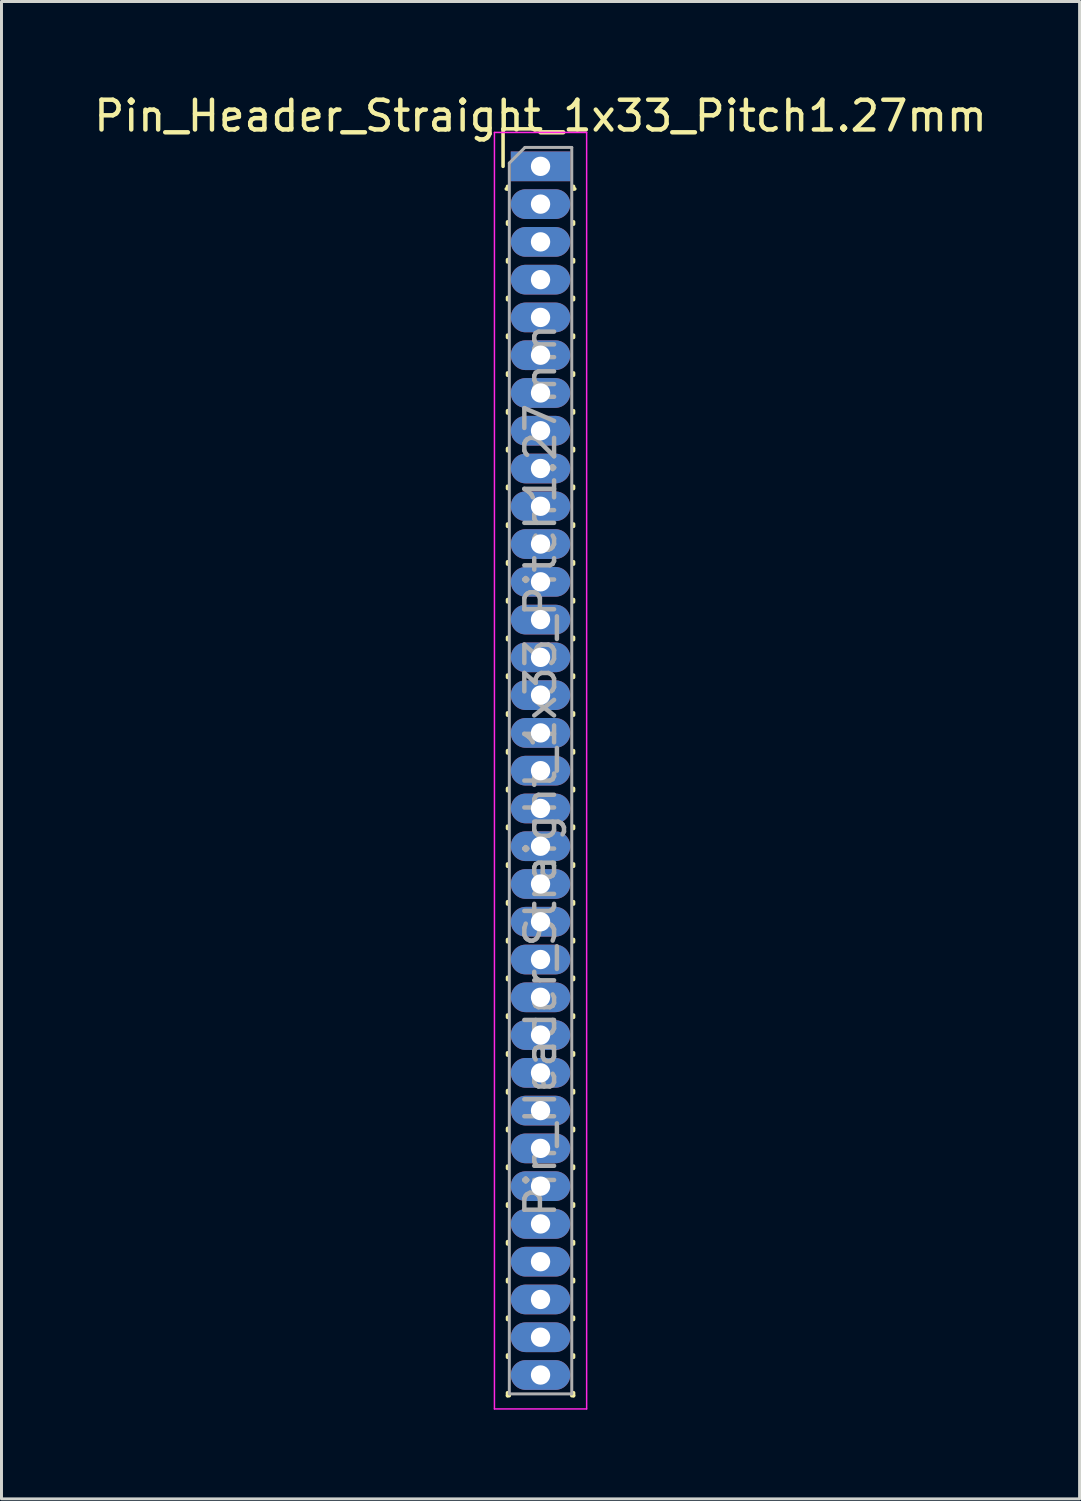
<source format=kicad_pcb>
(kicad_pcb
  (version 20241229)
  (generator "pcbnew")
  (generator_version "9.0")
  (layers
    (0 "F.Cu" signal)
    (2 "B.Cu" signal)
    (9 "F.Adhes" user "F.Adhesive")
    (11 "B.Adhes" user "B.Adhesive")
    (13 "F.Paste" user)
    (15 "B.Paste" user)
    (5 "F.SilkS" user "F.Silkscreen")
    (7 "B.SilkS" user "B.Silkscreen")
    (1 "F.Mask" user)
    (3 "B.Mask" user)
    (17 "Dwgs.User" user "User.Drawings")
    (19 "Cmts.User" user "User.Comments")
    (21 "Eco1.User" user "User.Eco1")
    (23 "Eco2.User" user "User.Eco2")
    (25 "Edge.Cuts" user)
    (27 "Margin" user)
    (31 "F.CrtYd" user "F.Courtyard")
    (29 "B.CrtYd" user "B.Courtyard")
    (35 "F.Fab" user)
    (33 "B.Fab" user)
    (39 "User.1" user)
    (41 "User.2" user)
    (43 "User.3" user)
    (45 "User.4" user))
  (footprint "Pin_Header_Straight_1x33_Pitch1.27mm"
    (layer "F.Cu")
    (at 15.125 2.543)
    (property "Reference" "Pin_Header_Straight_1x33_Pitch1.27mm" (at 0 -1.695 0) (layer "F.SilkS") (effects (font (size 1 1) (thickness 0.15))))
    (attr through_hole)
    (fp_line (start -1.26 -1.26) (end 0 -1.26) (stroke (width 0.12) (type solid)) (layer "F.SilkS"))
    (fp_line (start -1.26 0) (end -1.26 -1.26) (stroke (width 0.12) (type solid)) (layer "F.SilkS"))
    (fp_line (start -1.11 0.76) (end -1.152 0.76) (stroke (width 0.12) (type solid)) (layer "F.SilkS"))
    (fp_line (start -1.11 0.76) (end -1.11 0.674) (stroke (width 0.12) (type solid)) (layer "F.SilkS"))
    (fp_line (start -1.11 1.866) (end -1.11 1.944) (stroke (width 0.12) (type solid)) (layer "F.SilkS"))
    (fp_line (start -1.11 3.136) (end -1.11 3.214) (stroke (width 0.12) (type solid)) (layer "F.SilkS"))
    (fp_line (start -1.11 4.406) (end -1.11 4.484) (stroke (width 0.12) (type solid)) (layer "F.SilkS"))
    (fp_line (start -1.11 5.676) (end -1.11 5.754) (stroke (width 0.12) (type solid)) (layer "F.SilkS"))
    (fp_line (start -1.11 6.946) (end -1.11 7.024) (stroke (width 0.12) (type solid)) (layer "F.SilkS"))
    (fp_line (start -1.11 8.216) (end -1.11 8.294) (stroke (width 0.12) (type solid)) (layer "F.SilkS"))
    (fp_line (start -1.11 9.486) (end -1.11 9.564) (stroke (width 0.12) (type solid)) (layer "F.SilkS"))
    (fp_line (start -1.11 10.756) (end -1.11 10.834) (stroke (width 0.12) (type solid)) (layer "F.SilkS"))
    (fp_line (start -1.11 12.026) (end -1.11 12.104) (stroke (width 0.12) (type solid)) (layer "F.SilkS"))
    (fp_line (start -1.11 13.296) (end -1.11 13.374) (stroke (width 0.12) (type solid)) (layer "F.SilkS"))
    (fp_line (start -1.11 14.566) (end -1.11 14.644) (stroke (width 0.12) (type solid)) (layer "F.SilkS"))
    (fp_line (start -1.11 15.836) (end -1.11 15.914) (stroke (width 0.12) (type solid)) (layer "F.SilkS"))
    (fp_line (start -1.11 17.106) (end -1.11 17.184) (stroke (width 0.12) (type solid)) (layer "F.SilkS"))
    (fp_line (start -1.11 18.376) (end -1.11 18.454) (stroke (width 0.12) (type solid)) (layer "F.SilkS"))
    (fp_line (start -1.11 19.646) (end -1.11 19.724) (stroke (width 0.12) (type solid)) (layer "F.SilkS"))
    (fp_line (start -1.11 20.916) (end -1.11 20.994) (stroke (width 0.12) (type solid)) (layer "F.SilkS"))
    (fp_line (start -1.11 22.186) (end -1.11 22.264) (stroke (width 0.12) (type solid)) (layer "F.SilkS"))
    (fp_line (start -1.11 23.456) (end -1.11 23.534) (stroke (width 0.12) (type solid)) (layer "F.SilkS"))
    (fp_line (start -1.11 24.726) (end -1.11 24.804) (stroke (width 0.12) (type solid)) (layer "F.SilkS"))
    (fp_line (start -1.11 25.996) (end -1.11 26.074) (stroke (width 0.12) (type solid)) (layer "F.SilkS"))
    (fp_line (start -1.11 27.266) (end -1.11 27.344) (stroke (width 0.12) (type solid)) (layer "F.SilkS"))
    (fp_line (start -1.11 28.536) (end -1.11 28.614) (stroke (width 0.12) (type solid)) (layer "F.SilkS"))
    (fp_line (start -1.11 29.806) (end -1.11 29.884) (stroke (width 0.12) (type solid)) (layer "F.SilkS"))
    (fp_line (start -1.11 31.076) (end -1.11 31.154) (stroke (width 0.12) (type solid)) (layer "F.SilkS"))
    (fp_line (start -1.11 32.346) (end -1.11 32.424) (stroke (width 0.12) (type solid)) (layer "F.SilkS"))
    (fp_line (start -1.11 33.616) (end -1.11 33.694) (stroke (width 0.12) (type solid)) (layer "F.SilkS"))
    (fp_line (start -1.11 34.886) (end -1.11 34.964) (stroke (width 0.12) (type solid)) (layer "F.SilkS"))
    (fp_line (start -1.11 36.156) (end -1.11 36.234) (stroke (width 0.12) (type solid)) (layer "F.SilkS"))
    (fp_line (start -1.11 37.426) (end -1.11 37.504) (stroke (width 0.12) (type solid)) (layer "F.SilkS"))
    (fp_line (start -1.11 38.696) (end -1.11 38.774) (stroke (width 0.12) (type solid)) (layer "F.SilkS"))
    (fp_line (start -1.11 39.966) (end -1.11 40.044) (stroke (width 0.12) (type solid)) (layer "F.SilkS"))
    (fp_line (start -1.11 41.236) (end -1.11 41.335) (stroke (width 0.12) (type solid)) (layer "F.SilkS"))
    (fp_line (start -1.11 41.335) (end -1.051 41.335) (stroke (width 0.12) (type solid)) (layer "F.SilkS"))
    (fp_line (start 1.051 41.335) (end 1.11 41.335) (stroke (width 0.12) (type solid)) (layer "F.SilkS"))
    (fp_line (start 1.11 0.76) (end 1.11 0.674) (stroke (width 0.12) (type solid)) (layer "F.SilkS"))
    (fp_line (start 1.11 1.866) (end 1.11 1.944) (stroke (width 0.12) (type solid)) (layer "F.SilkS"))
    (fp_line (start 1.11 3.136) (end 1.11 3.214) (stroke (width 0.12) (type solid)) (layer "F.SilkS"))
    (fp_line (start 1.11 4.406) (end 1.11 4.484) (stroke (width 0.12) (type solid)) (layer "F.SilkS"))
    (fp_line (start 1.11 5.676) (end 1.11 5.754) (stroke (width 0.12) (type solid)) (layer "F.SilkS"))
    (fp_line (start 1.11 6.946) (end 1.11 7.024) (stroke (width 0.12) (type solid)) (layer "F.SilkS"))
    (fp_line (start 1.11 8.216) (end 1.11 8.294) (stroke (width 0.12) (type solid)) (layer "F.SilkS"))
    (fp_line (start 1.11 9.486) (end 1.11 9.564) (stroke (width 0.12) (type solid)) (layer "F.SilkS"))
    (fp_line (start 1.11 10.756) (end 1.11 10.834) (stroke (width 0.12) (type solid)) (layer "F.SilkS"))
    (fp_line (start 1.11 12.026) (end 1.11 12.104) (stroke (width 0.12) (type solid)) (layer "F.SilkS"))
    (fp_line (start 1.11 13.296) (end 1.11 13.374) (stroke (width 0.12) (type solid)) (layer "F.SilkS"))
    (fp_line (start 1.11 14.566) (end 1.11 14.644) (stroke (width 0.12) (type solid)) (layer "F.SilkS"))
    (fp_line (start 1.11 15.836) (end 1.11 15.914) (stroke (width 0.12) (type solid)) (layer "F.SilkS"))
    (fp_line (start 1.11 17.106) (end 1.11 17.184) (stroke (width 0.12) (type solid)) (layer "F.SilkS"))
    (fp_line (start 1.11 18.376) (end 1.11 18.454) (stroke (width 0.12) (type solid)) (layer "F.SilkS"))
    (fp_line (start 1.11 19.646) (end 1.11 19.724) (stroke (width 0.12) (type solid)) (layer "F.SilkS"))
    (fp_line (start 1.11 20.916) (end 1.11 20.994) (stroke (width 0.12) (type solid)) (layer "F.SilkS"))
    (fp_line (start 1.11 22.186) (end 1.11 22.264) (stroke (width 0.12) (type solid)) (layer "F.SilkS"))
    (fp_line (start 1.11 23.456) (end 1.11 23.534) (stroke (width 0.12) (type solid)) (layer "F.SilkS"))
    (fp_line (start 1.11 24.726) (end 1.11 24.804) (stroke (width 0.12) (type solid)) (layer "F.SilkS"))
    (fp_line (start 1.11 25.996) (end 1.11 26.074) (stroke (width 0.12) (type solid)) (layer "F.SilkS"))
    (fp_line (start 1.11 27.266) (end 1.11 27.344) (stroke (width 0.12) (type solid)) (layer "F.SilkS"))
    (fp_line (start 1.11 28.536) (end 1.11 28.614) (stroke (width 0.12) (type solid)) (layer "F.SilkS"))
    (fp_line (start 1.11 29.806) (end 1.11 29.884) (stroke (width 0.12) (type solid)) (layer "F.SilkS"))
    (fp_line (start 1.11 31.076) (end 1.11 31.154) (stroke (width 0.12) (type solid)) (layer "F.SilkS"))
    (fp_line (start 1.11 32.346) (end 1.11 32.424) (stroke (width 0.12) (type solid)) (layer "F.SilkS"))
    (fp_line (start 1.11 33.616) (end 1.11 33.694) (stroke (width 0.12) (type solid)) (layer "F.SilkS"))
    (fp_line (start 1.11 34.886) (end 1.11 34.964) (stroke (width 0.12) (type solid)) (layer "F.SilkS"))
    (fp_line (start 1.11 36.156) (end 1.11 36.234) (stroke (width 0.12) (type solid)) (layer "F.SilkS"))
    (fp_line (start 1.11 37.426) (end 1.11 37.504) (stroke (width 0.12) (type solid)) (layer "F.SilkS"))
    (fp_line (start 1.11 38.696) (end 1.11 38.774) (stroke (width 0.12) (type solid)) (layer "F.SilkS"))
    (fp_line (start 1.11 39.966) (end 1.11 40.044) (stroke (width 0.12) (type solid)) (layer "F.SilkS"))
    (fp_line (start 1.11 41.236) (end 1.11 41.335) (stroke (width 0.12) (type solid)) (layer "F.SilkS"))
    (fp_line (start 1.152 0.76) (end 1.11 0.76) (stroke (width 0.12) (type solid)) (layer "F.SilkS"))
    (fp_line (start -1.55 -1.14) (end -1.55 41.78) (stroke (width 0.05) (type solid)) (layer "F.CrtYd"))
    (fp_line (start -1.55 41.78) (end 1.55 41.78) (stroke (width 0.05) (type solid)) (layer "F.CrtYd"))
    (fp_line (start 1.55 -1.14) (end -1.55 -1.14) (stroke (width 0.05) (type solid)) (layer "F.CrtYd"))
    (fp_line (start 1.55 41.78) (end 1.55 -1.14) (stroke (width 0.05) (type solid)) (layer "F.CrtYd"))
    (fp_line (start -1.05 -0.11) (end -0.525 -0.635) (stroke (width 0.1) (type solid)) (layer "F.Fab"))
    (fp_line (start -1.05 41.275) (end -1.05 -0.11) (stroke (width 0.1) (type solid)) (layer "F.Fab"))
    (fp_line (start -0.525 -0.635) (end 1.05 -0.635) (stroke (width 0.1) (type solid)) (layer "F.Fab"))
    (fp_line (start 1.05 -0.635) (end 1.05 41.275) (stroke (width 0.1) (type solid)) (layer "F.Fab"))
    (fp_line (start 1.05 41.275) (end -1.05 41.275) (stroke (width 0.1) (type solid)) (layer "F.Fab"))
    (fp_text user "${REFERENCE}" (at 0 20.32 90) (layer "F.Fab") (effects (font (size 1 1) (thickness 0.15))))
    (pad "1" thru_hole rect (at 0 0) (size 2 1) (drill 0.65) (layers "*.Cu" "*.Mask"))
    (pad "2" thru_hole oval (at 0 1.27) (size 2 1) (drill 0.65) (layers "*.Cu" "*.Mask"))
    (pad "3" thru_hole oval (at 0 2.54) (size 2 1) (drill 0.65) (layers "*.Cu" "*.Mask"))
    (pad "4" thru_hole oval (at 0 3.81) (size 2 1) (drill 0.65) (layers "*.Cu" "*.Mask"))
    (pad "5" thru_hole oval (at 0 5.08) (size 2 1) (drill 0.65) (layers "*.Cu" "*.Mask"))
    (pad "6" thru_hole oval (at 0 6.35) (size 2 1) (drill 0.65) (layers "*.Cu" "*.Mask"))
    (pad "7" thru_hole oval (at 0 7.62) (size 2 1) (drill 0.65) (layers "*.Cu" "*.Mask"))
    (pad "8" thru_hole oval (at 0 8.89) (size 2 1) (drill 0.65) (layers "*.Cu" "*.Mask"))
    (pad "9" thru_hole oval (at 0 10.16) (size 2 1) (drill 0.65) (layers "*.Cu" "*.Mask"))
    (pad "10" thru_hole oval (at 0 11.43) (size 2 1) (drill 0.65) (layers "*.Cu" "*.Mask"))
    (pad "11" thru_hole oval (at 0 12.7) (size 2 1) (drill 0.65) (layers "*.Cu" "*.Mask"))
    (pad "12" thru_hole oval (at 0 13.97) (size 2 1) (drill 0.65) (layers "*.Cu" "*.Mask"))
    (pad "13" thru_hole oval (at 0 15.24) (size 2 1) (drill 0.65) (layers "*.Cu" "*.Mask"))
    (pad "14" thru_hole oval (at 0 16.51) (size 2 1) (drill 0.65) (layers "*.Cu" "*.Mask"))
    (pad "15" thru_hole oval (at 0 17.78) (size 2 1) (drill 0.65) (layers "*.Cu" "*.Mask"))
    (pad "16" thru_hole oval (at 0 19.05) (size 2 1) (drill 0.65) (layers "*.Cu" "*.Mask"))
    (pad "17" thru_hole oval (at 0 20.32) (size 2 1) (drill 0.65) (layers "*.Cu" "*.Mask"))
    (pad "18" thru_hole oval (at 0 21.59) (size 2 1) (drill 0.65) (layers "*.Cu" "*.Mask"))
    (pad "19" thru_hole oval (at 0 22.86) (size 2 1) (drill 0.65) (layers "*.Cu" "*.Mask"))
    (pad "20" thru_hole oval (at 0 24.13) (size 2 1) (drill 0.65) (layers "*.Cu" "*.Mask"))
    (pad "21" thru_hole oval (at 0 25.4) (size 2 1) (drill 0.65) (layers "*.Cu" "*.Mask"))
    (pad "22" thru_hole oval (at 0 26.67) (size 2 1) (drill 0.65) (layers "*.Cu" "*.Mask"))
    (pad "23" thru_hole oval (at 0 27.94) (size 2 1) (drill 0.65) (layers "*.Cu" "*.Mask"))
    (pad "24" thru_hole oval (at 0 29.21) (size 2 1) (drill 0.65) (layers "*.Cu" "*.Mask"))
    (pad "25" thru_hole oval (at 0 30.48) (size 2 1) (drill 0.65) (layers "*.Cu" "*.Mask"))
    (pad "26" thru_hole oval (at 0 31.75) (size 2 1) (drill 0.65) (layers "*.Cu" "*.Mask"))
    (pad "27" thru_hole oval (at 0 33.02) (size 2 1) (drill 0.65) (layers "*.Cu" "*.Mask"))
    (pad "28" thru_hole oval (at 0 34.29) (size 2 1) (drill 0.65) (layers "*.Cu" "*.Mask"))
    (pad "29" thru_hole oval (at 0 35.56) (size 2 1) (drill 0.65) (layers "*.Cu" "*.Mask"))
    (pad "30" thru_hole oval (at 0 36.83) (size 2 1) (drill 0.65) (layers "*.Cu" "*.Mask"))
    (pad "31" thru_hole oval (at 0 38.1) (size 2 1) (drill 0.65) (layers "*.Cu" "*.Mask"))
    (pad "32" thru_hole oval (at 0 39.37) (size 2 1) (drill 0.65) (layers "*.Cu" "*.Mask"))
    (pad "33" thru_hole oval (at 0 40.64) (size 2 1) (drill 0.65) (layers "*.Cu" "*.Mask")))
  (gr_rect
    (start -3 -3)
    (end 33.25 47.348)
    (stroke (width 0.1) (type default))
    (fill no)
    (layer "Edge.Cuts")))
</source>
